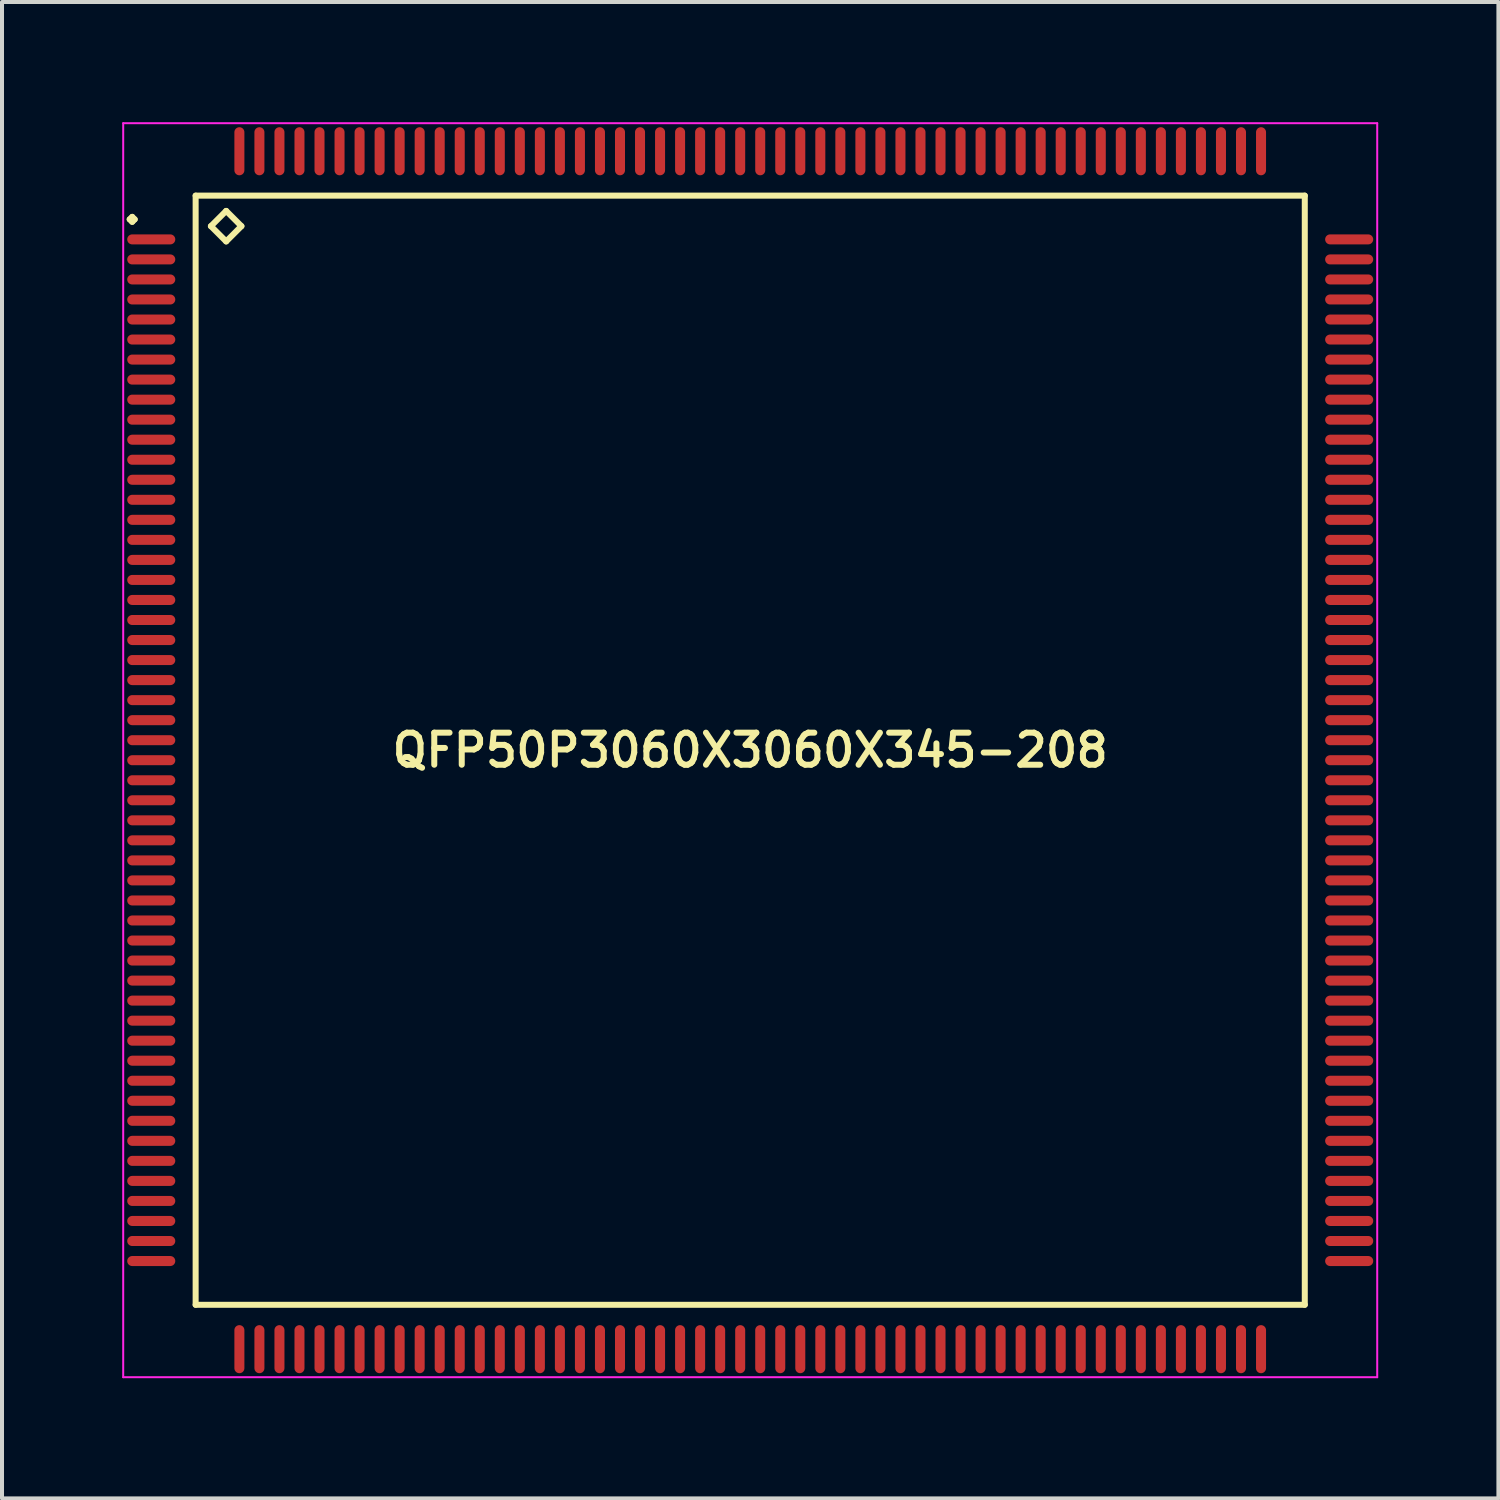
<source format=kicad_pcb>
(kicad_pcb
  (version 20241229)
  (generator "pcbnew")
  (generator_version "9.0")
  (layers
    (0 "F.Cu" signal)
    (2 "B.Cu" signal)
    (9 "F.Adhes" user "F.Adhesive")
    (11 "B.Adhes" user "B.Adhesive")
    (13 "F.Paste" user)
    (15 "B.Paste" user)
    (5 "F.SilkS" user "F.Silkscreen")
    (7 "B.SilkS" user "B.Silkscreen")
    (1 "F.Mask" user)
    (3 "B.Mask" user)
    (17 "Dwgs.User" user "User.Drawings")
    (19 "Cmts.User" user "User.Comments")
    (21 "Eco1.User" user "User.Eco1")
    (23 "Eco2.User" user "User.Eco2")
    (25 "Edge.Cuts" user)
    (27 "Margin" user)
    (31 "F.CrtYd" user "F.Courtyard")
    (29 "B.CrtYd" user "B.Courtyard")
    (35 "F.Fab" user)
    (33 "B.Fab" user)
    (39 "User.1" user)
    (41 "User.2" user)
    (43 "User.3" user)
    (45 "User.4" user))
  (footprint "QFP50P3060X3060X345-208"
    (layer "F.Cu")
    (at 15.675 15.675)
    (property "Reference" "QFP50P3060X3060X345-208" (at 0 0 0) (layer "F.SilkS") (effects (font (size 0.8 0.8) (thickness 0.15))))
    (attr smd)
    (fp_line (start -15.488 -13.25) (end -15.425 -13.312) (stroke (width 0.15) (type solid)) (layer "F.SilkS"))
    (fp_line (start -15.425 -13.312) (end -15.363 -13.25) (stroke (width 0.15) (type solid)) (layer "F.SilkS"))
    (fp_line (start -15.425 -13.188) (end -15.488 -13.25) (stroke (width 0.15) (type solid)) (layer "F.SilkS"))
    (fp_line (start -15.363 -13.25) (end -15.425 -13.188) (stroke (width 0.15) (type solid)) (layer "F.SilkS"))
    (fp_line (start -13.842 -13.842) (end -13.842 13.842) (stroke (width 0.15) (type solid)) (layer "F.SilkS"))
    (fp_line (start -13.842 13.842) (end 13.842 13.842) (stroke (width 0.15) (type solid)) (layer "F.SilkS"))
    (fp_line (start -13.461 -13.08) (end -13.08 -13.461) (stroke (width 0.15) (type solid)) (layer "F.SilkS"))
    (fp_line (start -13.08 -13.461) (end -12.699 -13.08) (stroke (width 0.15) (type solid)) (layer "F.SilkS"))
    (fp_line (start -13.08 -12.699) (end -13.461 -13.08) (stroke (width 0.15) (type solid)) (layer "F.SilkS"))
    (fp_line (start -12.699 -13.08) (end -13.08 -12.699) (stroke (width 0.15) (type solid)) (layer "F.SilkS"))
    (fp_line (start 13.842 -13.842) (end -13.842 -13.842) (stroke (width 0.15) (type solid)) (layer "F.SilkS"))
    (fp_line (start 13.842 13.842) (end 13.842 -13.842) (stroke (width 0.15) (type solid)) (layer "F.SilkS"))
    (fp_line (start -15.65 -15.65) (end 15.65 -15.65) (stroke (width 0.05) (type solid)) (layer "F.CrtYd"))
    (fp_line (start -15.65 15.65) (end -15.65 -15.65) (stroke (width 0.05) (type solid)) (layer "F.CrtYd"))
    (fp_line (start 15.65 -15.65) (end 15.65 15.65) (stroke (width 0.05) (type solid)) (layer "F.CrtYd"))
    (fp_line (start 15.65 15.65) (end -15.65 15.65) (stroke (width 0.05) (type solid)) (layer "F.CrtYd"))
    (pad "1" smd oval (at -14.95 -12.75) (size 1.2 0.25) (layers "F.Cu" "F.Mask" "F.Paste"))
    (pad "2" smd oval (at -14.95 -12.25) (size 1.2 0.25) (layers "F.Cu" "F.Mask" "F.Paste"))
    (pad "3" smd oval (at -14.95 -11.75) (size 1.2 0.25) (layers "F.Cu" "F.Mask" "F.Paste"))
    (pad "4" smd oval (at -14.95 -11.25) (size 1.2 0.25) (layers "F.Cu" "F.Mask" "F.Paste"))
    (pad "5" smd oval (at -14.95 -10.75) (size 1.2 0.25) (layers "F.Cu" "F.Mask" "F.Paste"))
    (pad "6" smd oval (at -14.95 -10.25) (size 1.2 0.25) (layers "F.Cu" "F.Mask" "F.Paste"))
    (pad "7" smd oval (at -14.95 -9.75) (size 1.2 0.25) (layers "F.Cu" "F.Mask" "F.Paste"))
    (pad "8" smd oval (at -14.95 -9.25) (size 1.2 0.25) (layers "F.Cu" "F.Mask" "F.Paste"))
    (pad "9" smd oval (at -14.95 -8.75) (size 1.2 0.25) (layers "F.Cu" "F.Mask" "F.Paste"))
    (pad "10" smd oval (at -14.95 -8.25) (size 1.2 0.25) (layers "F.Cu" "F.Mask" "F.Paste"))
    (pad "11" smd oval (at -14.95 -7.75) (size 1.2 0.25) (layers "F.Cu" "F.Mask" "F.Paste"))
    (pad "12" smd oval (at -14.95 -7.25) (size 1.2 0.25) (layers "F.Cu" "F.Mask" "F.Paste"))
    (pad "13" smd oval (at -14.95 -6.75) (size 1.2 0.25) (layers "F.Cu" "F.Mask" "F.Paste"))
    (pad "14" smd oval (at -14.95 -6.25) (size 1.2 0.25) (layers "F.Cu" "F.Mask" "F.Paste"))
    (pad "15" smd oval (at -14.95 -5.75) (size 1.2 0.25) (layers "F.Cu" "F.Mask" "F.Paste"))
    (pad "16" smd oval (at -14.95 -5.25) (size 1.2 0.25) (layers "F.Cu" "F.Mask" "F.Paste"))
    (pad "17" smd oval (at -14.95 -4.75) (size 1.2 0.25) (layers "F.Cu" "F.Mask" "F.Paste"))
    (pad "18" smd oval (at -14.95 -4.25) (size 1.2 0.25) (layers "F.Cu" "F.Mask" "F.Paste"))
    (pad "19" smd oval (at -14.95 -3.75) (size 1.2 0.25) (layers "F.Cu" "F.Mask" "F.Paste"))
    (pad "20" smd oval (at -14.95 -3.25) (size 1.2 0.25) (layers "F.Cu" "F.Mask" "F.Paste"))
    (pad "21" smd oval (at -14.95 -2.75) (size 1.2 0.25) (layers "F.Cu" "F.Mask" "F.Paste"))
    (pad "22" smd oval (at -14.95 -2.25) (size 1.2 0.25) (layers "F.Cu" "F.Mask" "F.Paste"))
    (pad "23" smd oval (at -14.95 -1.75) (size 1.2 0.25) (layers "F.Cu" "F.Mask" "F.Paste"))
    (pad "24" smd oval (at -14.95 -1.25) (size 1.2 0.25) (layers "F.Cu" "F.Mask" "F.Paste"))
    (pad "25" smd oval (at -14.95 -0.75) (size 1.2 0.25) (layers "F.Cu" "F.Mask" "F.Paste"))
    (pad "26" smd oval (at -14.95 -0.25) (size 1.2 0.25) (layers "F.Cu" "F.Mask" "F.Paste"))
    (pad "27" smd oval (at -14.95 0.25) (size 1.2 0.25) (layers "F.Cu" "F.Mask" "F.Paste"))
    (pad "28" smd oval (at -14.95 0.75) (size 1.2 0.25) (layers "F.Cu" "F.Mask" "F.Paste"))
    (pad "29" smd oval (at -14.95 1.25) (size 1.2 0.25) (layers "F.Cu" "F.Mask" "F.Paste"))
    (pad "30" smd oval (at -14.95 1.75) (size 1.2 0.25) (layers "F.Cu" "F.Mask" "F.Paste"))
    (pad "31" smd oval (at -14.95 2.25) (size 1.2 0.25) (layers "F.Cu" "F.Mask" "F.Paste"))
    (pad "32" smd oval (at -14.95 2.75) (size 1.2 0.25) (layers "F.Cu" "F.Mask" "F.Paste"))
    (pad "33" smd oval (at -14.95 3.25) (size 1.2 0.25) (layers "F.Cu" "F.Mask" "F.Paste"))
    (pad "34" smd oval (at -14.95 3.75) (size 1.2 0.25) (layers "F.Cu" "F.Mask" "F.Paste"))
    (pad "35" smd oval (at -14.95 4.25) (size 1.2 0.25) (layers "F.Cu" "F.Mask" "F.Paste"))
    (pad "36" smd oval (at -14.95 4.75) (size 1.2 0.25) (layers "F.Cu" "F.Mask" "F.Paste"))
    (pad "37" smd oval (at -14.95 5.25) (size 1.2 0.25) (layers "F.Cu" "F.Mask" "F.Paste"))
    (pad "38" smd oval (at -14.95 5.75) (size 1.2 0.25) (layers "F.Cu" "F.Mask" "F.Paste"))
    (pad "39" smd oval (at -14.95 6.25) (size 1.2 0.25) (layers "F.Cu" "F.Mask" "F.Paste"))
    (pad "40" smd oval (at -14.95 6.75) (size 1.2 0.25) (layers "F.Cu" "F.Mask" "F.Paste"))
    (pad "41" smd oval (at -14.95 7.25) (size 1.2 0.25) (layers "F.Cu" "F.Mask" "F.Paste"))
    (pad "42" smd oval (at -14.95 7.75) (size 1.2 0.25) (layers "F.Cu" "F.Mask" "F.Paste"))
    (pad "43" smd oval (at -14.95 8.25) (size 1.2 0.25) (layers "F.Cu" "F.Mask" "F.Paste"))
    (pad "44" smd oval (at -14.95 8.75) (size 1.2 0.25) (layers "F.Cu" "F.Mask" "F.Paste"))
    (pad "45" smd oval (at -14.95 9.25) (size 1.2 0.25) (layers "F.Cu" "F.Mask" "F.Paste"))
    (pad "46" smd oval (at -14.95 9.75) (size 1.2 0.25) (layers "F.Cu" "F.Mask" "F.Paste"))
    (pad "47" smd oval (at -14.95 10.25) (size 1.2 0.25) (layers "F.Cu" "F.Mask" "F.Paste"))
    (pad "48" smd oval (at -14.95 10.75) (size 1.2 0.25) (layers "F.Cu" "F.Mask" "F.Paste"))
    (pad "49" smd oval (at -14.95 11.25) (size 1.2 0.25) (layers "F.Cu" "F.Mask" "F.Paste"))
    (pad "50" smd oval (at -14.95 11.75) (size 1.2 0.25) (layers "F.Cu" "F.Mask" "F.Paste"))
    (pad "51" smd oval (at -14.95 12.25) (size 1.2 0.25) (layers "F.Cu" "F.Mask" "F.Paste"))
    (pad "52" smd oval (at -14.95 12.75) (size 1.2 0.25) (layers "F.Cu" "F.Mask" "F.Paste"))
    (pad "53" smd oval (at -12.75 14.95) (size 0.25 1.2) (layers "F.Cu" "F.Mask" "F.Paste"))
    (pad "54" smd oval (at -12.25 14.95) (size 0.25 1.2) (layers "F.Cu" "F.Mask" "F.Paste"))
    (pad "55" smd oval (at -11.75 14.95) (size 0.25 1.2) (layers "F.Cu" "F.Mask" "F.Paste"))
    (pad "56" smd oval (at -11.25 14.95) (size 0.25 1.2) (layers "F.Cu" "F.Mask" "F.Paste"))
    (pad "57" smd oval (at -10.75 14.95) (size 0.25 1.2) (layers "F.Cu" "F.Mask" "F.Paste"))
    (pad "58" smd oval (at -10.25 14.95) (size 0.25 1.2) (layers "F.Cu" "F.Mask" "F.Paste"))
    (pad "59" smd oval (at -9.75 14.95) (size 0.25 1.2) (layers "F.Cu" "F.Mask" "F.Paste"))
    (pad "60" smd oval (at -9.25 14.95) (size 0.25 1.2) (layers "F.Cu" "F.Mask" "F.Paste"))
    (pad "61" smd oval (at -8.75 14.95) (size 0.25 1.2) (layers "F.Cu" "F.Mask" "F.Paste"))
    (pad "62" smd oval (at -8.25 14.95) (size 0.25 1.2) (layers "F.Cu" "F.Mask" "F.Paste"))
    (pad "63" smd oval (at -7.75 14.95) (size 0.25 1.2) (layers "F.Cu" "F.Mask" "F.Paste"))
    (pad "64" smd oval (at -7.25 14.95) (size 0.25 1.2) (layers "F.Cu" "F.Mask" "F.Paste"))
    (pad "65" smd oval (at -6.75 14.95) (size 0.25 1.2) (layers "F.Cu" "F.Mask" "F.Paste"))
    (pad "66" smd oval (at -6.25 14.95) (size 0.25 1.2) (layers "F.Cu" "F.Mask" "F.Paste"))
    (pad "67" smd oval (at -5.75 14.95) (size 0.25 1.2) (layers "F.Cu" "F.Mask" "F.Paste"))
    (pad "68" smd oval (at -5.25 14.95) (size 0.25 1.2) (layers "F.Cu" "F.Mask" "F.Paste"))
    (pad "69" smd oval (at -4.75 14.95) (size 0.25 1.2) (layers "F.Cu" "F.Mask" "F.Paste"))
    (pad "70" smd oval (at -4.25 14.95) (size 0.25 1.2) (layers "F.Cu" "F.Mask" "F.Paste"))
    (pad "71" smd oval (at -3.75 14.95) (size 0.25 1.2) (layers "F.Cu" "F.Mask" "F.Paste"))
    (pad "72" smd oval (at -3.25 14.95) (size 0.25 1.2) (layers "F.Cu" "F.Mask" "F.Paste"))
    (pad "73" smd oval (at -2.75 14.95) (size 0.25 1.2) (layers "F.Cu" "F.Mask" "F.Paste"))
    (pad "74" smd oval (at -2.25 14.95) (size 0.25 1.2) (layers "F.Cu" "F.Mask" "F.Paste"))
    (pad "75" smd oval (at -1.75 14.95) (size 0.25 1.2) (layers "F.Cu" "F.Mask" "F.Paste"))
    (pad "76" smd oval (at -1.25 14.95) (size 0.25 1.2) (layers "F.Cu" "F.Mask" "F.Paste"))
    (pad "77" smd oval (at -0.75 14.95) (size 0.25 1.2) (layers "F.Cu" "F.Mask" "F.Paste"))
    (pad "78" smd oval (at -0.25 14.95) (size 0.25 1.2) (layers "F.Cu" "F.Mask" "F.Paste"))
    (pad "79" smd oval (at 0.25 14.95) (size 0.25 1.2) (layers "F.Cu" "F.Mask" "F.Paste"))
    (pad "80" smd oval (at 0.75 14.95) (size 0.25 1.2) (layers "F.Cu" "F.Mask" "F.Paste"))
    (pad "81" smd oval (at 1.25 14.95) (size 0.25 1.2) (layers "F.Cu" "F.Mask" "F.Paste"))
    (pad "82" smd oval (at 1.75 14.95) (size 0.25 1.2) (layers "F.Cu" "F.Mask" "F.Paste"))
    (pad "83" smd oval (at 2.25 14.95) (size 0.25 1.2) (layers "F.Cu" "F.Mask" "F.Paste"))
    (pad "84" smd oval (at 2.75 14.95) (size 0.25 1.2) (layers "F.Cu" "F.Mask" "F.Paste"))
    (pad "85" smd oval (at 3.25 14.95) (size 0.25 1.2) (layers "F.Cu" "F.Mask" "F.Paste"))
    (pad "86" smd oval (at 3.75 14.95) (size 0.25 1.2) (layers "F.Cu" "F.Mask" "F.Paste"))
    (pad "87" smd oval (at 4.25 14.95) (size 0.25 1.2) (layers "F.Cu" "F.Mask" "F.Paste"))
    (pad "88" smd oval (at 4.75 14.95) (size 0.25 1.2) (layers "F.Cu" "F.Mask" "F.Paste"))
    (pad "89" smd oval (at 5.25 14.95) (size 0.25 1.2) (layers "F.Cu" "F.Mask" "F.Paste"))
    (pad "90" smd oval (at 5.75 14.95) (size 0.25 1.2) (layers "F.Cu" "F.Mask" "F.Paste"))
    (pad "91" smd oval (at 6.25 14.95) (size 0.25 1.2) (layers "F.Cu" "F.Mask" "F.Paste"))
    (pad "92" smd oval (at 6.75 14.95) (size 0.25 1.2) (layers "F.Cu" "F.Mask" "F.Paste"))
    (pad "93" smd oval (at 7.25 14.95) (size 0.25 1.2) (layers "F.Cu" "F.Mask" "F.Paste"))
    (pad "94" smd oval (at 7.75 14.95) (size 0.25 1.2) (layers "F.Cu" "F.Mask" "F.Paste"))
    (pad "95" smd oval (at 8.25 14.95) (size 0.25 1.2) (layers "F.Cu" "F.Mask" "F.Paste"))
    (pad "96" smd oval (at 8.75 14.95) (size 0.25 1.2) (layers "F.Cu" "F.Mask" "F.Paste"))
    (pad "97" smd oval (at 9.25 14.95) (size 0.25 1.2) (layers "F.Cu" "F.Mask" "F.Paste"))
    (pad "98" smd oval (at 9.75 14.95) (size 0.25 1.2) (layers "F.Cu" "F.Mask" "F.Paste"))
    (pad "99" smd oval (at 10.25 14.95) (size 0.25 1.2) (layers "F.Cu" "F.Mask" "F.Paste"))
    (pad "100" smd oval (at 10.75 14.95) (size 0.25 1.2) (layers "F.Cu" "F.Mask" "F.Paste"))
    (pad "101" smd oval (at 11.25 14.95) (size 0.25 1.2) (layers "F.Cu" "F.Mask" "F.Paste"))
    (pad "102" smd oval (at 11.75 14.95) (size 0.25 1.2) (layers "F.Cu" "F.Mask" "F.Paste"))
    (pad "103" smd oval (at 12.25 14.95) (size 0.25 1.2) (layers "F.Cu" "F.Mask" "F.Paste"))
    (pad "104" smd oval (at 12.75 14.95) (size 0.25 1.2) (layers "F.Cu" "F.Mask" "F.Paste"))
    (pad "105" smd oval (at 14.95 12.75) (size 1.2 0.25) (layers "F.Cu" "F.Mask" "F.Paste"))
    (pad "106" smd oval (at 14.95 12.25) (size 1.2 0.25) (layers "F.Cu" "F.Mask" "F.Paste"))
    (pad "107" smd oval (at 14.95 11.75) (size 1.2 0.25) (layers "F.Cu" "F.Mask" "F.Paste"))
    (pad "108" smd oval (at 14.95 11.25) (size 1.2 0.25) (layers "F.Cu" "F.Mask" "F.Paste"))
    (pad "109" smd oval (at 14.95 10.75) (size 1.2 0.25) (layers "F.Cu" "F.Mask" "F.Paste"))
    (pad "110" smd oval (at 14.95 10.25) (size 1.2 0.25) (layers "F.Cu" "F.Mask" "F.Paste"))
    (pad "111" smd oval (at 14.95 9.75) (size 1.2 0.25) (layers "F.Cu" "F.Mask" "F.Paste"))
    (pad "112" smd oval (at 14.95 9.25) (size 1.2 0.25) (layers "F.Cu" "F.Mask" "F.Paste"))
    (pad "113" smd oval (at 14.95 8.75) (size 1.2 0.25) (layers "F.Cu" "F.Mask" "F.Paste"))
    (pad "114" smd oval (at 14.95 8.25) (size 1.2 0.25) (layers "F.Cu" "F.Mask" "F.Paste"))
    (pad "115" smd oval (at 14.95 7.75) (size 1.2 0.25) (layers "F.Cu" "F.Mask" "F.Paste"))
    (pad "116" smd oval (at 14.95 7.25) (size 1.2 0.25) (layers "F.Cu" "F.Mask" "F.Paste"))
    (pad "117" smd oval (at 14.95 6.75) (size 1.2 0.25) (layers "F.Cu" "F.Mask" "F.Paste"))
    (pad "118" smd oval (at 14.95 6.25) (size 1.2 0.25) (layers "F.Cu" "F.Mask" "F.Paste"))
    (pad "119" smd oval (at 14.95 5.75) (size 1.2 0.25) (layers "F.Cu" "F.Mask" "F.Paste"))
    (pad "120" smd oval (at 14.95 5.25) (size 1.2 0.25) (layers "F.Cu" "F.Mask" "F.Paste"))
    (pad "121" smd oval (at 14.95 4.75) (size 1.2 0.25) (layers "F.Cu" "F.Mask" "F.Paste"))
    (pad "122" smd oval (at 14.95 4.25) (size 1.2 0.25) (layers "F.Cu" "F.Mask" "F.Paste"))
    (pad "123" smd oval (at 14.95 3.75) (size 1.2 0.25) (layers "F.Cu" "F.Mask" "F.Paste"))
    (pad "124" smd oval (at 14.95 3.25) (size 1.2 0.25) (layers "F.Cu" "F.Mask" "F.Paste"))
    (pad "125" smd oval (at 14.95 2.75) (size 1.2 0.25) (layers "F.Cu" "F.Mask" "F.Paste"))
    (pad "126" smd oval (at 14.95 2.25) (size 1.2 0.25) (layers "F.Cu" "F.Mask" "F.Paste"))
    (pad "127" smd oval (at 14.95 1.75) (size 1.2 0.25) (layers "F.Cu" "F.Mask" "F.Paste"))
    (pad "128" smd oval (at 14.95 1.25) (size 1.2 0.25) (layers "F.Cu" "F.Mask" "F.Paste"))
    (pad "129" smd oval (at 14.95 0.75) (size 1.2 0.25) (layers "F.Cu" "F.Mask" "F.Paste"))
    (pad "130" smd oval (at 14.95 0.25) (size 1.2 0.25) (layers "F.Cu" "F.Mask" "F.Paste"))
    (pad "131" smd oval (at 14.95 -0.25) (size 1.2 0.25) (layers "F.Cu" "F.Mask" "F.Paste"))
    (pad "132" smd oval (at 14.95 -0.75) (size 1.2 0.25) (layers "F.Cu" "F.Mask" "F.Paste"))
    (pad "133" smd oval (at 14.95 -1.25) (size 1.2 0.25) (layers "F.Cu" "F.Mask" "F.Paste"))
    (pad "134" smd oval (at 14.95 -1.75) (size 1.2 0.25) (layers "F.Cu" "F.Mask" "F.Paste"))
    (pad "135" smd oval (at 14.95 -2.25) (size 1.2 0.25) (layers "F.Cu" "F.Mask" "F.Paste"))
    (pad "136" smd oval (at 14.95 -2.75) (size 1.2 0.25) (layers "F.Cu" "F.Mask" "F.Paste"))
    (pad "137" smd oval (at 14.95 -3.25) (size 1.2 0.25) (layers "F.Cu" "F.Mask" "F.Paste"))
    (pad "138" smd oval (at 14.95 -3.75) (size 1.2 0.25) (layers "F.Cu" "F.Mask" "F.Paste"))
    (pad "139" smd oval (at 14.95 -4.25) (size 1.2 0.25) (layers "F.Cu" "F.Mask" "F.Paste"))
    (pad "140" smd oval (at 14.95 -4.75) (size 1.2 0.25) (layers "F.Cu" "F.Mask" "F.Paste"))
    (pad "141" smd oval (at 14.95 -5.25) (size 1.2 0.25) (layers "F.Cu" "F.Mask" "F.Paste"))
    (pad "142" smd oval (at 14.95 -5.75) (size 1.2 0.25) (layers "F.Cu" "F.Mask" "F.Paste"))
    (pad "143" smd oval (at 14.95 -6.25) (size 1.2 0.25) (layers "F.Cu" "F.Mask" "F.Paste"))
    (pad "144" smd oval (at 14.95 -6.75) (size 1.2 0.25) (layers "F.Cu" "F.Mask" "F.Paste"))
    (pad "145" smd oval (at 14.95 -7.25) (size 1.2 0.25) (layers "F.Cu" "F.Mask" "F.Paste"))
    (pad "146" smd oval (at 14.95 -7.75) (size 1.2 0.25) (layers "F.Cu" "F.Mask" "F.Paste"))
    (pad "147" smd oval (at 14.95 -8.25) (size 1.2 0.25) (layers "F.Cu" "F.Mask" "F.Paste"))
    (pad "148" smd oval (at 14.95 -8.75) (size 1.2 0.25) (layers "F.Cu" "F.Mask" "F.Paste"))
    (pad "149" smd oval (at 14.95 -9.25) (size 1.2 0.25) (layers "F.Cu" "F.Mask" "F.Paste"))
    (pad "150" smd oval (at 14.95 -9.75) (size 1.2 0.25) (layers "F.Cu" "F.Mask" "F.Paste"))
    (pad "151" smd oval (at 14.95 -10.25) (size 1.2 0.25) (layers "F.Cu" "F.Mask" "F.Paste"))
    (pad "152" smd oval (at 14.95 -10.75) (size 1.2 0.25) (layers "F.Cu" "F.Mask" "F.Paste"))
    (pad "153" smd oval (at 14.95 -11.25) (size 1.2 0.25) (layers "F.Cu" "F.Mask" "F.Paste"))
    (pad "154" smd oval (at 14.95 -11.75) (size 1.2 0.25) (layers "F.Cu" "F.Mask" "F.Paste"))
    (pad "155" smd oval (at 14.95 -12.25) (size 1.2 0.25) (layers "F.Cu" "F.Mask" "F.Paste"))
    (pad "156" smd oval (at 14.95 -12.75) (size 1.2 0.25) (layers "F.Cu" "F.Mask" "F.Paste"))
    (pad "157" smd oval (at 12.75 -14.95) (size 0.25 1.2) (layers "F.Cu" "F.Mask" "F.Paste"))
    (pad "158" smd oval (at 12.25 -14.95) (size 0.25 1.2) (layers "F.Cu" "F.Mask" "F.Paste"))
    (pad "159" smd oval (at 11.75 -14.95) (size 0.25 1.2) (layers "F.Cu" "F.Mask" "F.Paste"))
    (pad "160" smd oval (at 11.25 -14.95) (size 0.25 1.2) (layers "F.Cu" "F.Mask" "F.Paste"))
    (pad "161" smd oval (at 10.75 -14.95) (size 0.25 1.2) (layers "F.Cu" "F.Mask" "F.Paste"))
    (pad "162" smd oval (at 10.25 -14.95) (size 0.25 1.2) (layers "F.Cu" "F.Mask" "F.Paste"))
    (pad "163" smd oval (at 9.75 -14.95) (size 0.25 1.2) (layers "F.Cu" "F.Mask" "F.Paste"))
    (pad "164" smd oval (at 9.25 -14.95) (size 0.25 1.2) (layers "F.Cu" "F.Mask" "F.Paste"))
    (pad "165" smd oval (at 8.75 -14.95) (size 0.25 1.2) (layers "F.Cu" "F.Mask" "F.Paste"))
    (pad "166" smd oval (at 8.25 -14.95) (size 0.25 1.2) (layers "F.Cu" "F.Mask" "F.Paste"))
    (pad "167" smd oval (at 7.75 -14.95) (size 0.25 1.2) (layers "F.Cu" "F.Mask" "F.Paste"))
    (pad "168" smd oval (at 7.25 -14.95) (size 0.25 1.2) (layers "F.Cu" "F.Mask" "F.Paste"))
    (pad "169" smd oval (at 6.75 -14.95) (size 0.25 1.2) (layers "F.Cu" "F.Mask" "F.Paste"))
    (pad "170" smd oval (at 6.25 -14.95) (size 0.25 1.2) (layers "F.Cu" "F.Mask" "F.Paste"))
    (pad "171" smd oval (at 5.75 -14.95) (size 0.25 1.2) (layers "F.Cu" "F.Mask" "F.Paste"))
    (pad "172" smd oval (at 5.25 -14.95) (size 0.25 1.2) (layers "F.Cu" "F.Mask" "F.Paste"))
    (pad "173" smd oval (at 4.75 -14.95) (size 0.25 1.2) (layers "F.Cu" "F.Mask" "F.Paste"))
    (pad "174" smd oval (at 4.25 -14.95) (size 0.25 1.2) (layers "F.Cu" "F.Mask" "F.Paste"))
    (pad "175" smd oval (at 3.75 -14.95) (size 0.25 1.2) (layers "F.Cu" "F.Mask" "F.Paste"))
    (pad "176" smd oval (at 3.25 -14.95) (size 0.25 1.2) (layers "F.Cu" "F.Mask" "F.Paste"))
    (pad "177" smd oval (at 2.75 -14.95) (size 0.25 1.2) (layers "F.Cu" "F.Mask" "F.Paste"))
    (pad "178" smd oval (at 2.25 -14.95) (size 0.25 1.2) (layers "F.Cu" "F.Mask" "F.Paste"))
    (pad "179" smd oval (at 1.75 -14.95) (size 0.25 1.2) (layers "F.Cu" "F.Mask" "F.Paste"))
    (pad "180" smd oval (at 1.25 -14.95) (size 0.25 1.2) (layers "F.Cu" "F.Mask" "F.Paste"))
    (pad "181" smd oval (at 0.75 -14.95) (size 0.25 1.2) (layers "F.Cu" "F.Mask" "F.Paste"))
    (pad "182" smd oval (at 0.25 -14.95) (size 0.25 1.2) (layers "F.Cu" "F.Mask" "F.Paste"))
    (pad "183" smd oval (at -0.25 -14.95) (size 0.25 1.2) (layers "F.Cu" "F.Mask" "F.Paste"))
    (pad "184" smd oval (at -0.75 -14.95) (size 0.25 1.2) (layers "F.Cu" "F.Mask" "F.Paste"))
    (pad "185" smd oval (at -1.25 -14.95) (size 0.25 1.2) (layers "F.Cu" "F.Mask" "F.Paste"))
    (pad "186" smd oval (at -1.75 -14.95) (size 0.25 1.2) (layers "F.Cu" "F.Mask" "F.Paste"))
    (pad "187" smd oval (at -2.25 -14.95) (size 0.25 1.2) (layers "F.Cu" "F.Mask" "F.Paste"))
    (pad "188" smd oval (at -2.75 -14.95) (size 0.25 1.2) (layers "F.Cu" "F.Mask" "F.Paste"))
    (pad "189" smd oval (at -3.25 -14.95) (size 0.25 1.2) (layers "F.Cu" "F.Mask" "F.Paste"))
    (pad "190" smd oval (at -3.75 -14.95) (size 0.25 1.2) (layers "F.Cu" "F.Mask" "F.Paste"))
    (pad "191" smd oval (at -4.25 -14.95) (size 0.25 1.2) (layers "F.Cu" "F.Mask" "F.Paste"))
    (pad "192" smd oval (at -4.75 -14.95) (size 0.25 1.2) (layers "F.Cu" "F.Mask" "F.Paste"))
    (pad "193" smd oval (at -5.25 -14.95) (size 0.25 1.2) (layers "F.Cu" "F.Mask" "F.Paste"))
    (pad "194" smd oval (at -5.75 -14.95) (size 0.25 1.2) (layers "F.Cu" "F.Mask" "F.Paste"))
    (pad "195" smd oval (at -6.25 -14.95) (size 0.25 1.2) (layers "F.Cu" "F.Mask" "F.Paste"))
    (pad "196" smd oval (at -6.75 -14.95) (size 0.25 1.2) (layers "F.Cu" "F.Mask" "F.Paste"))
    (pad "197" smd oval (at -7.25 -14.95) (size 0.25 1.2) (layers "F.Cu" "F.Mask" "F.Paste"))
    (pad "198" smd oval (at -7.75 -14.95) (size 0.25 1.2) (layers "F.Cu" "F.Mask" "F.Paste"))
    (pad "199" smd oval (at -8.25 -14.95) (size 0.25 1.2) (layers "F.Cu" "F.Mask" "F.Paste"))
    (pad "200" smd oval (at -8.75 -14.95) (size 0.25 1.2) (layers "F.Cu" "F.Mask" "F.Paste"))
    (pad "201" smd oval (at -9.25 -14.95) (size 0.25 1.2) (layers "F.Cu" "F.Mask" "F.Paste"))
    (pad "202" smd oval (at -9.75 -14.95) (size 0.25 1.2) (layers "F.Cu" "F.Mask" "F.Paste"))
    (pad "203" smd oval (at -10.25 -14.95) (size 0.25 1.2) (layers "F.Cu" "F.Mask" "F.Paste"))
    (pad "204" smd oval (at -10.75 -14.95) (size 0.25 1.2) (layers "F.Cu" "F.Mask" "F.Paste"))
    (pad "205" smd oval (at -11.25 -14.95) (size 0.25 1.2) (layers "F.Cu" "F.Mask" "F.Paste"))
    (pad "206" smd oval (at -11.75 -14.95) (size 0.25 1.2) (layers "F.Cu" "F.Mask" "F.Paste"))
    (pad "207" smd oval (at -12.25 -14.95) (size 0.25 1.2) (layers "F.Cu" "F.Mask" "F.Paste"))
    (pad "208" smd oval (at -12.75 -14.95) (size 0.25 1.2) (layers "F.Cu" "F.Mask" "F.Paste")))
  (gr_rect
    (start -3 -3)
    (end 34.35 34.35)
    (stroke (width 0.1) (type default))
    (fill no)
    (layer "Edge.Cuts")))
</source>
